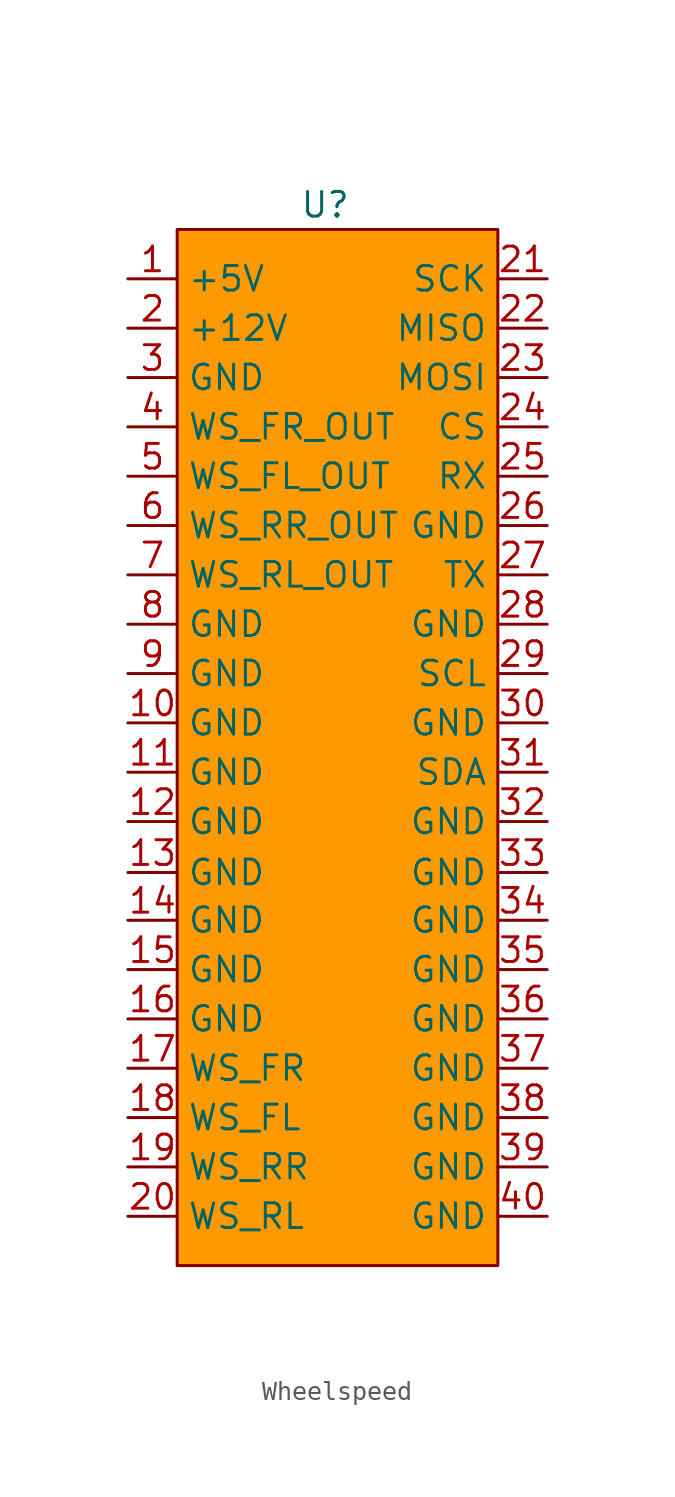
<source format=kicad_sym>
(kicad_symbol_lib
  (version 20241209)
  (generator "kicad_symbol_editor")
  (generator_version "9.0")
  (symbol "Wheelspeed"
    (property "Reference" "U"
      (at 0 0 0)
      (effects (font (size 1.27 1.27))))
    (property "Value" ""
      (at 0 0 0)
      (effects (font (size 1.27 1.27))))
    (symbol "Wheelspeed_1_1"
      (rectangle (start -7.62 -1.27) (end 8.89 -54.61) (stroke (width 0) (type solid)) (fill (type color) (color 255 153 0 1)))
      (pin input line (at -10.16 -3.81 0) (length 2.54) (name "+5V" (effects (font (size 1.27 1.27)))) (number "1" (effects (font (size 1.27 1.27)))))
      (pin input line (at -10.16 -6.35 0) (length 2.54) (name "+12V" (effects (font (size 1.27 1.27)))) (number "2" (effects (font (size 1.27 1.27)))))
      (pin input line (at -10.16 -8.89 0) (length 2.54) (name "GND" (effects (font (size 1.27 1.27)))) (number "3" (effects (font (size 1.27 1.27)))))
      (pin input line (at -10.16 -11.43 0) (length 2.54) (name "WS_FR_OUT" (effects (font (size 1.27 1.27)))) (number "4" (effects (font (size 1.27 1.27)))))
      (pin input line (at -10.16 -13.97 0) (length 2.54) (name "WS_FL_OUT" (effects (font (size 1.27 1.27)))) (number "5" (effects (font (size 1.27 1.27)))))
      (pin input line (at -10.16 -16.51 0) (length 2.54) (name "WS_RR_OUT" (effects (font (size 1.27 1.27)))) (number "6" (effects (font (size 1.27 1.27)))))
      (pin input line (at -10.16 -19.05 0) (length 2.54) (name "WS_RL_OUT" (effects (font (size 1.27 1.27)))) (number "7" (effects (font (size 1.27 1.27)))))
      (pin input line (at -10.16 -21.59 0) (length 2.54) (name "GND" (effects (font (size 1.27 1.27)))) (number "8" (effects (font (size 1.27 1.27)))))
      (pin input line (at -10.16 -24.13 0) (length 2.54) (name "GND" (effects (font (size 1.27 1.27)))) (number "9" (effects (font (size 1.27 1.27)))))
      (pin input line (at -10.16 -26.67 0) (length 2.54) (name "GND" (effects (font (size 1.27 1.27)))) (number "10" (effects (font (size 1.27 1.27)))))
      (pin input line (at -10.16 -29.21 0) (length 2.54) (name "GND" (effects (font (size 1.27 1.27)))) (number "11" (effects (font (size 1.27 1.27)))))
      (pin input line (at -10.16 -31.75 0) (length 2.54) (name "GND" (effects (font (size 1.27 1.27)))) (number "12" (effects (font (size 1.27 1.27)))))
      (pin input line (at -10.16 -34.373 0) (length 2.54) (name "GND" (effects (font (size 1.27 1.27)))) (number "13" (effects (font (size 1.27 1.27)))))
      (pin input line (at -10.16 -36.83 0) (length 2.54) (name "GND" (effects (font (size 1.27 1.27)))) (number "14" (effects (font (size 1.27 1.27)))))
      (pin input line (at -10.16 -39.37 0) (length 2.54) (name "GND" (effects (font (size 1.27 1.27)))) (number "15" (effects (font (size 1.27 1.27)))))
      (pin input line (at -10.16 -41.91 0) (length 2.54) (name "GND" (effects (font (size 1.27 1.27)))) (number "16" (effects (font (size 1.27 1.27)))))
      (pin input line (at -10.16 -44.45 0) (length 2.54) (name "WS_FR" (effects (font (size 1.27 1.27)))) (number "17" (effects (font (size 1.27 1.27)))))
      (pin input line (at -10.16 -46.99 0) (length 2.54) (name "WS_FL" (effects (font (size 1.27 1.27)))) (number "18" (effects (font (size 1.27 1.27)))))
      (pin input line (at -10.16 -49.53 0) (length 2.54) (name "WS_RR" (effects (font (size 1.27 1.27)))) (number "19" (effects (font (size 1.27 1.27)))))
      (pin input line (at -10.16 -52.07 0) (length 2.54) (name "WS_RL" (effects (font (size 1.27 1.27)))) (number "20" (effects (font (size 1.27 1.27)))))
      (pin input line (at 11.43 -3.81 180) (length 2.54) (name "SCK" (effects (font (size 1.27 1.27)))) (number "21" (effects (font (size 1.27 1.27)))))
      (pin input line (at 11.43 -6.35 180) (length 2.54) (name "MISO" (effects (font (size 1.27 1.27)))) (number "22" (effects (font (size 1.27 1.27)))))
      (pin input line (at 11.43 -8.89 180) (length 2.54) (name "MOSI" (effects (font (size 1.27 1.27)))) (number "23" (effects (font (size 1.27 1.27)))))
      (pin input line (at 11.43 -11.43 180) (length 2.54) (name "CS" (effects (font (size 1.27 1.27)))) (number "24" (effects (font (size 1.27 1.27)))))
      (pin input line (at 11.43 -13.97 180) (length 2.54) (name "RX" (effects (font (size 1.27 1.27)))) (number "25" (effects (font (size 1.27 1.27)))))
      (pin input line (at 11.43 -16.51 180) (length 2.54) (name "GND" (effects (font (size 1.27 1.27)))) (number "26" (effects (font (size 1.27 1.27)))))
      (pin input line (at 11.43 -19.05 180) (length 2.54) (name "TX" (effects (font (size 1.27 1.27)))) (number "27" (effects (font (size 1.27 1.27)))))
      (pin input line (at 11.43 -21.59 180) (length 2.54) (name "GND" (effects (font (size 1.27 1.27)))) (number "28" (effects (font (size 1.27 1.27)))))
      (pin input line (at 11.43 -24.13 180) (length 2.54) (name "SCL" (effects (font (size 1.27 1.27)))) (number "29" (effects (font (size 1.27 1.27)))))
      (pin input line (at 11.43 -26.67 180) (length 2.54) (name "GND" (effects (font (size 1.27 1.27)))) (number "30" (effects (font (size 1.27 1.27)))))
      (pin input line (at 11.43 -29.21 180) (length 2.54) (name "SDA" (effects (font (size 1.27 1.27)))) (number "31" (effects (font (size 1.27 1.27)))))
      (pin input line (at 11.43 -31.75 180) (length 2.54) (name "GND" (effects (font (size 1.27 1.27)))) (number "32" (effects (font (size 1.27 1.27)))))
      (pin input line (at 11.43 -34.373 180) (length 2.54) (name "GND" (effects (font (size 1.27 1.27)))) (number "33" (effects (font (size 1.27 1.27)))))
      (pin input line (at 11.43 -36.83 180) (length 2.54) (name "GND" (effects (font (size 1.27 1.27)))) (number "34" (effects (font (size 1.27 1.27)))))
      (pin input line (at 11.43 -39.37 180) (length 2.54) (name "GND" (effects (font (size 1.27 1.27)))) (number "35" (effects (font (size 1.27 1.27)))))
      (pin input line (at 11.43 -41.91 180) (length 2.54) (name "GND" (effects (font (size 1.27 1.27)))) (number "36" (effects (font (size 1.27 1.27)))))
      (pin input line (at 11.43 -44.45 180) (length 2.54) (name "GND" (effects (font (size 1.27 1.27)))) (number "37" (effects (font (size 1.27 1.27)))))
      (pin input line (at 11.43 -46.99 180) (length 2.54) (name "GND" (effects (font (size 1.27 1.27)))) (number "38" (effects (font (size 1.27 1.27)))))
      (pin input line (at 11.43 -49.53 180) (length 2.54) (name "GND" (effects (font (size 1.27 1.27)))) (number "39" (effects (font (size 1.27 1.27)))))
      (pin input line (at 11.43 -52.07 180) (length 2.54) (name "GND" (effects (font (size 1.27 1.27)))) (number "40" (effects (font (size 1.27 1.27))))))))
</source>
